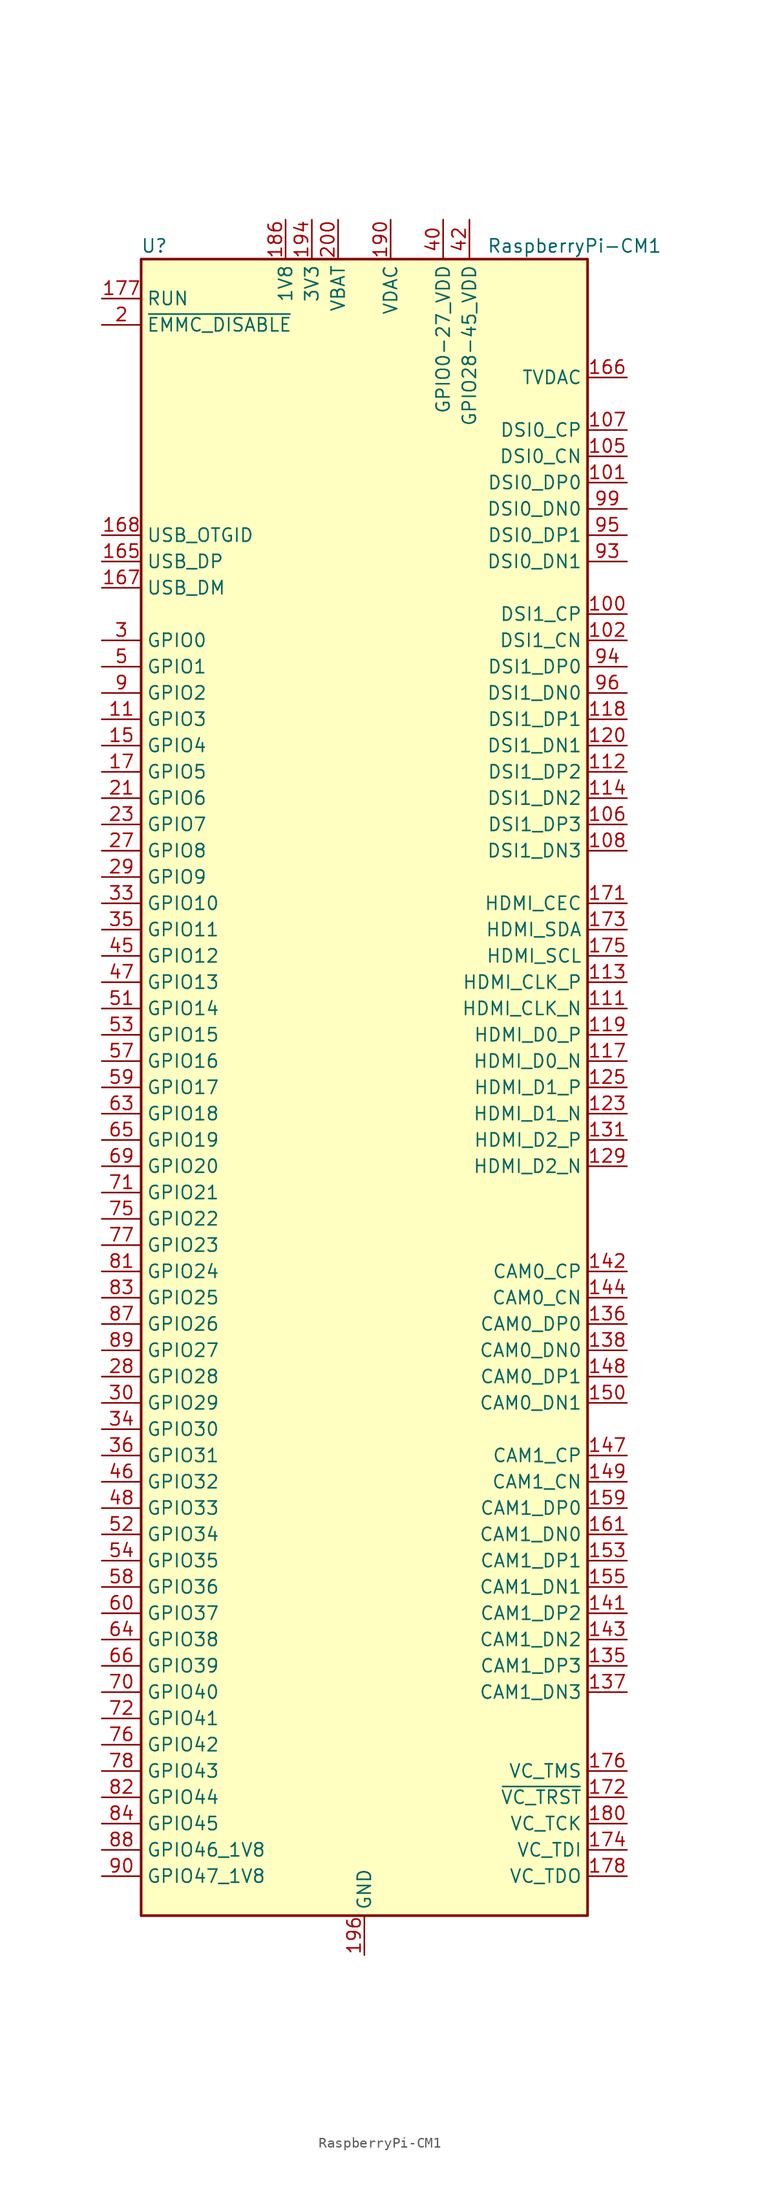
<source format=kicad_sym>
(kicad_symbol_lib
  (version 20211014)
  (generator kicad_symbol_editor)
  (symbol "RaspberryPi-CM1"
    (property "Reference" "U"
      (at -20.32 81.28 0)
      (effects (font (size 1.27 1.27))))
    (property "Value" "RaspberryPi-CM1"
      (at 20.32 81.28 0)
      (effects (font (size 1.27 1.27))))
    (symbol "RaspberryPi-CM1_0_1"
      (rectangle (start -21.59 80.01) (end 21.59 -80.01) (stroke (width 0.254) (type default) (color 0 0 0 0)) (fill (type background))))
    (symbol "RaspberryPi-CM1_1_1"
      (pin passive line (at 0 -83.82 90) (length 3.81) hide (name "GND" (effects (font (size 1.27 1.27)))) (number "1" (effects (font (size 1.27 1.27)))))
      (pin no_connect line (at -20.32 71.12 0) (length 2.54) hide (name "NC" (effects (font (size 1.27 1.27)))) (number "10" (effects (font (size 1.27 1.27)))))
      (pin output line (at 25.4 45.72 180) (length 3.81) (name "DSI1_CP" (effects (font (size 1.27 1.27)))) (number "100" (effects (font (size 1.27 1.27)))))
      (pin output line (at 25.4 58.42 180) (length 3.81) (name "DSI0_DP0" (effects (font (size 1.27 1.27)))) (number "101" (effects (font (size 1.27 1.27)))))
      (pin output line (at 25.4 43.18 180) (length 3.81) (name "DSI1_CN" (effects (font (size 1.27 1.27)))) (number "102" (effects (font (size 1.27 1.27)))))
      (pin passive line (at 0 -83.82 90) (length 3.81) hide (name "GND" (effects (font (size 1.27 1.27)))) (number "103" (effects (font (size 1.27 1.27)))))
      (pin passive line (at 0 -83.82 90) (length 3.81) hide (name "GND" (effects (font (size 1.27 1.27)))) (number "104" (effects (font (size 1.27 1.27)))))
      (pin output line (at 25.4 60.96 180) (length 3.81) (name "DSI0_CN" (effects (font (size 1.27 1.27)))) (number "105" (effects (font (size 1.27 1.27)))))
      (pin output line (at 25.4 25.4 180) (length 3.81) (name "DSI1_DP3" (effects (font (size 1.27 1.27)))) (number "106" (effects (font (size 1.27 1.27)))))
      (pin output line (at 25.4 63.5 180) (length 3.81) (name "DSI0_CP" (effects (font (size 1.27 1.27)))) (number "107" (effects (font (size 1.27 1.27)))))
      (pin output line (at 25.4 22.86 180) (length 3.81) (name "DSI1_DN3" (effects (font (size 1.27 1.27)))) (number "108" (effects (font (size 1.27 1.27)))))
      (pin passive line (at 0 -83.82 90) (length 3.81) hide (name "GND" (effects (font (size 1.27 1.27)))) (number "109" (effects (font (size 1.27 1.27)))))
      (pin bidirectional line (at -25.4 35.56 0) (length 3.81) (name "GPIO3" (effects (font (size 1.27 1.27)))) (number "11" (effects (font (size 1.27 1.27)))))
      (pin passive line (at 0 -83.82 90) (length 3.81) hide (name "GND" (effects (font (size 1.27 1.27)))) (number "110" (effects (font (size 1.27 1.27)))))
      (pin output line (at 25.4 7.62 180) (length 3.81) (name "HDMI_CLK_N" (effects (font (size 1.27 1.27)))) (number "111" (effects (font (size 1.27 1.27)))))
      (pin output line (at 25.4 30.48 180) (length 3.81) (name "DSI1_DP2" (effects (font (size 1.27 1.27)))) (number "112" (effects (font (size 1.27 1.27)))))
      (pin output line (at 25.4 10.16 180) (length 3.81) (name "HDMI_CLK_P" (effects (font (size 1.27 1.27)))) (number "113" (effects (font (size 1.27 1.27)))))
      (pin output line (at 25.4 27.94 180) (length 3.81) (name "DSI1_DN2" (effects (font (size 1.27 1.27)))) (number "114" (effects (font (size 1.27 1.27)))))
      (pin passive line (at 0 -83.82 90) (length 3.81) hide (name "GND" (effects (font (size 1.27 1.27)))) (number "115" (effects (font (size 1.27 1.27)))))
      (pin passive line (at 0 -83.82 90) (length 3.81) hide (name "GND" (effects (font (size 1.27 1.27)))) (number "116" (effects (font (size 1.27 1.27)))))
      (pin output line (at 25.4 2.54 180) (length 3.81) (name "HDMI_D0_N" (effects (font (size 1.27 1.27)))) (number "117" (effects (font (size 1.27 1.27)))))
      (pin output line (at 25.4 35.56 180) (length 3.81) (name "DSI1_DP1" (effects (font (size 1.27 1.27)))) (number "118" (effects (font (size 1.27 1.27)))))
      (pin output line (at 25.4 5.08 180) (length 3.81) (name "HDMI_D0_P" (effects (font (size 1.27 1.27)))) (number "119" (effects (font (size 1.27 1.27)))))
      (pin no_connect line (at -20.32 68.58 0) (length 2.54) hide (name "NC" (effects (font (size 1.27 1.27)))) (number "12" (effects (font (size 1.27 1.27)))))
      (pin output line (at 25.4 33.02 180) (length 3.81) (name "DSI1_DN1" (effects (font (size 1.27 1.27)))) (number "120" (effects (font (size 1.27 1.27)))))
      (pin passive line (at 0 -83.82 90) (length 3.81) hide (name "GND" (effects (font (size 1.27 1.27)))) (number "121" (effects (font (size 1.27 1.27)))))
      (pin passive line (at 0 -83.82 90) (length 3.81) hide (name "GND" (effects (font (size 1.27 1.27)))) (number "122" (effects (font (size 1.27 1.27)))))
      (pin output line (at 25.4 -2.54 180) (length 3.81) (name "HDMI_D1_N" (effects (font (size 1.27 1.27)))) (number "123" (effects (font (size 1.27 1.27)))))
      (pin no_connect line (at 20.32 76.2 180) (length 2.54) hide (name "NC" (effects (font (size 1.27 1.27)))) (number "124" (effects (font (size 1.27 1.27)))))
      (pin output line (at 25.4 0 180) (length 3.81) (name "HDMI_D1_P" (effects (font (size 1.27 1.27)))) (number "125" (effects (font (size 1.27 1.27)))))
      (pin no_connect line (at 20.32 73.66 180) (length 2.54) hide (name "NC" (effects (font (size 1.27 1.27)))) (number "126" (effects (font (size 1.27 1.27)))))
      (pin passive line (at 0 -83.82 90) (length 3.81) hide (name "GND" (effects (font (size 1.27 1.27)))) (number "127" (effects (font (size 1.27 1.27)))))
      (pin no_connect line (at 20.32 71.12 180) (length 2.54) hide (name "NC" (effects (font (size 1.27 1.27)))) (number "128" (effects (font (size 1.27 1.27)))))
      (pin output line (at 25.4 -7.62 180) (length 3.81) (name "HDMI_D2_N" (effects (font (size 1.27 1.27)))) (number "129" (effects (font (size 1.27 1.27)))))
      (pin passive line (at 0 -83.82 90) (length 3.81) hide (name "GND" (effects (font (size 1.27 1.27)))) (number "13" (effects (font (size 1.27 1.27)))))
      (pin no_connect line (at 20.32 66.04 180) (length 2.54) hide (name "NC" (effects (font (size 1.27 1.27)))) (number "130" (effects (font (size 1.27 1.27)))))
      (pin output line (at 25.4 -5.08 180) (length 3.81) (name "HDMI_D2_P" (effects (font (size 1.27 1.27)))) (number "131" (effects (font (size 1.27 1.27)))))
      (pin no_connect line (at 20.32 48.26 180) (length 2.54) hide (name "NC" (effects (font (size 1.27 1.27)))) (number "132" (effects (font (size 1.27 1.27)))))
      (pin passive line (at 0 -83.82 90) (length 3.81) hide (name "GND" (effects (font (size 1.27 1.27)))) (number "133" (effects (font (size 1.27 1.27)))))
      (pin passive line (at 0 -83.82 90) (length 3.81) hide (name "GND" (effects (font (size 1.27 1.27)))) (number "134" (effects (font (size 1.27 1.27)))))
      (pin input line (at 25.4 -55.88 180) (length 3.81) (name "CAM1_DP3" (effects (font (size 1.27 1.27)))) (number "135" (effects (font (size 1.27 1.27)))))
      (pin input line (at 25.4 -22.86 180) (length 3.81) (name "CAM0_DP0" (effects (font (size 1.27 1.27)))) (number "136" (effects (font (size 1.27 1.27)))))
      (pin input line (at 25.4 -58.42 180) (length 3.81) (name "CAM1_DN3" (effects (font (size 1.27 1.27)))) (number "137" (effects (font (size 1.27 1.27)))))
      (pin input line (at 25.4 -25.4 180) (length 3.81) (name "CAM0_DN0" (effects (font (size 1.27 1.27)))) (number "138" (effects (font (size 1.27 1.27)))))
      (pin passive line (at 0 -83.82 90) (length 3.81) hide (name "GND" (effects (font (size 1.27 1.27)))) (number "139" (effects (font (size 1.27 1.27)))))
      (pin no_connect line (at 5.08 -78.74 90) (length 2.54) hide (name "NC" (effects (font (size 1.27 1.27)))) (number "14" (effects (font (size 1.27 1.27)))))
      (pin passive line (at 0 -83.82 90) (length 3.81) hide (name "GND" (effects (font (size 1.27 1.27)))) (number "140" (effects (font (size 1.27 1.27)))))
      (pin input line (at 25.4 -50.8 180) (length 3.81) (name "CAM1_DP2" (effects (font (size 1.27 1.27)))) (number "141" (effects (font (size 1.27 1.27)))))
      (pin input line (at 25.4 -17.78 180) (length 3.81) (name "CAM0_CP" (effects (font (size 1.27 1.27)))) (number "142" (effects (font (size 1.27 1.27)))))
      (pin input line (at 25.4 -53.34 180) (length 3.81) (name "CAM1_DN2" (effects (font (size 1.27 1.27)))) (number "143" (effects (font (size 1.27 1.27)))))
      (pin input line (at 25.4 -20.32 180) (length 3.81) (name "CAM0_CN" (effects (font (size 1.27 1.27)))) (number "144" (effects (font (size 1.27 1.27)))))
      (pin passive line (at 0 -83.82 90) (length 3.81) hide (name "GND" (effects (font (size 1.27 1.27)))) (number "145" (effects (font (size 1.27 1.27)))))
      (pin passive line (at 0 -83.82 90) (length 3.81) hide (name "GND" (effects (font (size 1.27 1.27)))) (number "146" (effects (font (size 1.27 1.27)))))
      (pin input line (at 25.4 -35.56 180) (length 3.81) (name "CAM1_CP" (effects (font (size 1.27 1.27)))) (number "147" (effects (font (size 1.27 1.27)))))
      (pin input line (at 25.4 -27.94 180) (length 3.81) (name "CAM0_DP1" (effects (font (size 1.27 1.27)))) (number "148" (effects (font (size 1.27 1.27)))))
      (pin input line (at 25.4 -38.1 180) (length 3.81) (name "CAM1_CN" (effects (font (size 1.27 1.27)))) (number "149" (effects (font (size 1.27 1.27)))))
      (pin bidirectional line (at -25.4 33.02 0) (length 3.81) (name "GPIO4" (effects (font (size 1.27 1.27)))) (number "15" (effects (font (size 1.27 1.27)))))
      (pin input line (at 25.4 -30.48 180) (length 3.81) (name "CAM0_DN1" (effects (font (size 1.27 1.27)))) (number "150" (effects (font (size 1.27 1.27)))))
      (pin passive line (at 0 -83.82 90) (length 3.81) hide (name "GND" (effects (font (size 1.27 1.27)))) (number "151" (effects (font (size 1.27 1.27)))))
      (pin passive line (at 0 -83.82 90) (length 3.81) hide (name "GND" (effects (font (size 1.27 1.27)))) (number "152" (effects (font (size 1.27 1.27)))))
      (pin input line (at 25.4 -45.72 180) (length 3.81) (name "CAM1_DP1" (effects (font (size 1.27 1.27)))) (number "153" (effects (font (size 1.27 1.27)))))
      (pin no_connect line (at 20.32 -15.24 180) (length 2.54) hide (name "NC" (effects (font (size 1.27 1.27)))) (number "154" (effects (font (size 1.27 1.27)))))
      (pin input line (at 25.4 -48.26 180) (length 3.81) (name "CAM1_DN1" (effects (font (size 1.27 1.27)))) (number "155" (effects (font (size 1.27 1.27)))))
      (pin no_connect line (at 20.32 -12.7 180) (length 2.54) hide (name "NC" (effects (font (size 1.27 1.27)))) (number "156" (effects (font (size 1.27 1.27)))))
      (pin passive line (at 0 -83.82 90) (length 3.81) hide (name "GND" (effects (font (size 1.27 1.27)))) (number "157" (effects (font (size 1.27 1.27)))))
      (pin no_connect line (at 20.32 20.32 180) (length 2.54) hide (name "NC" (effects (font (size 1.27 1.27)))) (number "158" (effects (font (size 1.27 1.27)))))
      (pin input line (at 25.4 -40.64 180) (length 3.81) (name "CAM1_DP0" (effects (font (size 1.27 1.27)))) (number "159" (effects (font (size 1.27 1.27)))))
      (pin no_connect line (at -20.32 66.04 0) (length 2.54) hide (name "NC" (effects (font (size 1.27 1.27)))) (number "16" (effects (font (size 1.27 1.27)))))
      (pin no_connect line (at 20.32 -60.96 180) (length 2.54) hide (name "NC" (effects (font (size 1.27 1.27)))) (number "160" (effects (font (size 1.27 1.27)))))
      (pin input line (at 25.4 -43.18 180) (length 3.81) (name "CAM1_DN0" (effects (font (size 1.27 1.27)))) (number "161" (effects (font (size 1.27 1.27)))))
      (pin no_connect line (at 20.32 -63.5 180) (length 2.54) hide (name "NC" (effects (font (size 1.27 1.27)))) (number "162" (effects (font (size 1.27 1.27)))))
      (pin passive line (at 0 -83.82 90) (length 3.81) hide (name "GND" (effects (font (size 1.27 1.27)))) (number "163" (effects (font (size 1.27 1.27)))))
      (pin passive line (at 0 -83.82 90) (length 3.81) hide (name "GND" (effects (font (size 1.27 1.27)))) (number "164" (effects (font (size 1.27 1.27)))))
      (pin bidirectional line (at -25.4 50.8 0) (length 3.81) (name "USB_DP" (effects (font (size 1.27 1.27)))) (number "165" (effects (font (size 1.27 1.27)))))
      (pin output line (at 25.4 68.58 180) (length 3.81) (name "TVDAC" (effects (font (size 1.27 1.27)))) (number "166" (effects (font (size 1.27 1.27)))))
      (pin bidirectional line (at -25.4 48.26 0) (length 3.81) (name "USB_DM" (effects (font (size 1.27 1.27)))) (number "167" (effects (font (size 1.27 1.27)))))
      (pin passive line (at -25.4 53.34 0) (length 3.81) (name "USB_OTGID" (effects (font (size 1.27 1.27)))) (number "168" (effects (font (size 1.27 1.27)))))
      (pin passive line (at 0 -83.82 90) (length 3.81) hide (name "GND" (effects (font (size 1.27 1.27)))) (number "169" (effects (font (size 1.27 1.27)))))
      (pin bidirectional line (at -25.4 30.48 0) (length 3.81) (name "GPIO5" (effects (font (size 1.27 1.27)))) (number "17" (effects (font (size 1.27 1.27)))))
      (pin passive line (at 0 -83.82 90) (length 3.81) hide (name "GND" (effects (font (size 1.27 1.27)))) (number "170" (effects (font (size 1.27 1.27)))))
      (pin bidirectional line (at 25.4 17.78 180) (length 3.81) (name "HDMI_CEC" (effects (font (size 1.27 1.27)))) (number "171" (effects (font (size 1.27 1.27)))))
      (pin input line (at 25.4 -68.58 180) (length 3.81) (name "~{VC_TRST}" (effects (font (size 1.27 1.27)))) (number "172" (effects (font (size 1.27 1.27)))))
      (pin bidirectional line (at 25.4 15.24 180) (length 3.81) (name "HDMI_SDA" (effects (font (size 1.27 1.27)))) (number "173" (effects (font (size 1.27 1.27)))))
      (pin input line (at 25.4 -73.66 180) (length 3.81) (name "VC_TDI" (effects (font (size 1.27 1.27)))) (number "174" (effects (font (size 1.27 1.27)))))
      (pin bidirectional line (at 25.4 12.7 180) (length 3.81) (name "HDMI_SCL" (effects (font (size 1.27 1.27)))) (number "175" (effects (font (size 1.27 1.27)))))
      (pin input line (at 25.4 -66.04 180) (length 3.81) (name "VC_TMS" (effects (font (size 1.27 1.27)))) (number "176" (effects (font (size 1.27 1.27)))))
      (pin input line (at -25.4 76.2 0) (length 3.81) (name "RUN" (effects (font (size 1.27 1.27)))) (number "177" (effects (font (size 1.27 1.27)))))
      (pin output line (at 25.4 -76.2 180) (length 3.81) (name "VC_TDO" (effects (font (size 1.27 1.27)))) (number "178" (effects (font (size 1.27 1.27)))))
      (pin no_connect line (at 0 78.74 270) (length 2.54) hide (name "VDD_CORE_(DO_NOT_CONNECT)" (effects (font (size 1.27 1.27)))) (number "179" (effects (font (size 1.27 1.27)))))
      (pin no_connect line (at -20.32 63.5 0) (length 2.54) hide (name "NC" (effects (font (size 1.27 1.27)))) (number "18" (effects (font (size 1.27 1.27)))))
      (pin input line (at 25.4 -71.12 180) (length 3.81) (name "VC_TCK" (effects (font (size 1.27 1.27)))) (number "180" (effects (font (size 1.27 1.27)))))
      (pin passive line (at 0 -83.82 90) (length 3.81) hide (name "GND" (effects (font (size 1.27 1.27)))) (number "181" (effects (font (size 1.27 1.27)))))
      (pin passive line (at 0 -83.82 90) (length 3.81) hide (name "GND" (effects (font (size 1.27 1.27)))) (number "182" (effects (font (size 1.27 1.27)))))
      (pin passive line (at -7.62 83.82 270) (length 3.81) hide (name "1V8" (effects (font (size 1.27 1.27)))) (number "183" (effects (font (size 1.27 1.27)))))
      (pin passive line (at -7.62 83.82 270) (length 3.81) hide (name "1V8" (effects (font (size 1.27 1.27)))) (number "184" (effects (font (size 1.27 1.27)))))
      (pin passive line (at -7.62 83.82 270) (length 3.81) hide (name "1V8" (effects (font (size 1.27 1.27)))) (number "185" (effects (font (size 1.27 1.27)))))
      (pin power_in line (at -7.62 83.82 270) (length 3.81) (name "1V8" (effects (font (size 1.27 1.27)))) (number "186" (effects (font (size 1.27 1.27)))))
      (pin passive line (at 0 -83.82 90) (length 3.81) hide (name "GND" (effects (font (size 1.27 1.27)))) (number "187" (effects (font (size 1.27 1.27)))))
      (pin passive line (at 0 -83.82 90) (length 3.81) hide (name "GND" (effects (font (size 1.27 1.27)))) (number "188" (effects (font (size 1.27 1.27)))))
      (pin passive line (at 2.54 83.82 270) (length 3.81) hide (name "VDAC" (effects (font (size 1.27 1.27)))) (number "189" (effects (font (size 1.27 1.27)))))
      (pin passive line (at 0 -83.82 90) (length 3.81) hide (name "GND" (effects (font (size 1.27 1.27)))) (number "19" (effects (font (size 1.27 1.27)))))
      (pin power_in line (at 2.54 83.82 270) (length 3.81) (name "VDAC" (effects (font (size 1.27 1.27)))) (number "190" (effects (font (size 1.27 1.27)))))
      (pin passive line (at -5.08 83.82 270) (length 3.81) hide (name "3V3" (effects (font (size 1.27 1.27)))) (number "191" (effects (font (size 1.27 1.27)))))
      (pin passive line (at -5.08 83.82 270) (length 3.81) hide (name "3V3" (effects (font (size 1.27 1.27)))) (number "192" (effects (font (size 1.27 1.27)))))
      (pin passive line (at -5.08 83.82 270) (length 3.81) hide (name "3V3" (effects (font (size 1.27 1.27)))) (number "193" (effects (font (size 1.27 1.27)))))
      (pin power_in line (at -5.08 83.82 270) (length 3.81) (name "3V3" (effects (font (size 1.27 1.27)))) (number "194" (effects (font (size 1.27 1.27)))))
      (pin passive line (at 0 -83.82 90) (length 3.81) hide (name "GND" (effects (font (size 1.27 1.27)))) (number "195" (effects (font (size 1.27 1.27)))))
      (pin power_out line (at 0 -83.82 90) (length 3.81) (name "GND" (effects (font (size 1.27 1.27)))) (number "196" (effects (font (size 1.27 1.27)))))
      (pin passive line (at -2.54 83.82 270) (length 3.81) hide (name "VBAT" (effects (font (size 1.27 1.27)))) (number "197" (effects (font (size 1.27 1.27)))))
      (pin passive line (at -2.54 83.82 270) (length 3.81) hide (name "VBAT" (effects (font (size 1.27 1.27)))) (number "198" (effects (font (size 1.27 1.27)))))
      (pin passive line (at -2.54 83.82 270) (length 3.81) hide (name "VBAT" (effects (font (size 1.27 1.27)))) (number "199" (effects (font (size 1.27 1.27)))))
      (pin input line (at -25.4 73.66 0) (length 3.81) (name "~{EMMC_DISABLE}" (effects (font (size 1.27 1.27)))) (number "2" (effects (font (size 1.27 1.27)))))
      (pin no_connect line (at 7.62 -78.74 90) (length 2.54) hide (name "NC" (effects (font (size 1.27 1.27)))) (number "20" (effects (font (size 1.27 1.27)))))
      (pin power_in line (at -2.54 83.82 270) (length 3.81) (name "VBAT" (effects (font (size 1.27 1.27)))) (number "200" (effects (font (size 1.27 1.27)))))
      (pin bidirectional line (at -25.4 27.94 0) (length 3.81) (name "GPIO6" (effects (font (size 1.27 1.27)))) (number "21" (effects (font (size 1.27 1.27)))))
      (pin no_connect line (at -20.32 60.96 0) (length 2.54) hide (name "NC" (effects (font (size 1.27 1.27)))) (number "22" (effects (font (size 1.27 1.27)))))
      (pin bidirectional line (at -25.4 25.4 0) (length 3.81) (name "GPIO7" (effects (font (size 1.27 1.27)))) (number "23" (effects (font (size 1.27 1.27)))))
      (pin no_connect line (at -20.32 58.42 0) (length 2.54) hide (name "NC" (effects (font (size 1.27 1.27)))) (number "24" (effects (font (size 1.27 1.27)))))
      (pin passive line (at 0 -83.82 90) (length 3.81) hide (name "GND" (effects (font (size 1.27 1.27)))) (number "25" (effects (font (size 1.27 1.27)))))
      (pin passive line (at 0 -83.82 90) (length 3.81) hide (name "GND" (effects (font (size 1.27 1.27)))) (number "26" (effects (font (size 1.27 1.27)))))
      (pin bidirectional line (at -25.4 22.86 0) (length 3.81) (name "GPIO8" (effects (font (size 1.27 1.27)))) (number "27" (effects (font (size 1.27 1.27)))))
      (pin bidirectional line (at -25.4 -27.94 0) (length 3.81) (name "GPIO28" (effects (font (size 1.27 1.27)))) (number "28" (effects (font (size 1.27 1.27)))))
      (pin bidirectional line (at -25.4 20.32 0) (length 3.81) (name "GPIO9" (effects (font (size 1.27 1.27)))) (number "29" (effects (font (size 1.27 1.27)))))
      (pin bidirectional line (at -25.4 43.18 0) (length 3.81) (name "GPIO0" (effects (font (size 1.27 1.27)))) (number "3" (effects (font (size 1.27 1.27)))))
      (pin bidirectional line (at -25.4 -30.48 0) (length 3.81) (name "GPIO29" (effects (font (size 1.27 1.27)))) (number "30" (effects (font (size 1.27 1.27)))))
      (pin passive line (at 0 -83.82 90) (length 3.81) hide (name "GND" (effects (font (size 1.27 1.27)))) (number "31" (effects (font (size 1.27 1.27)))))
      (pin passive line (at 0 -83.82 90) (length 3.81) hide (name "GND" (effects (font (size 1.27 1.27)))) (number "32" (effects (font (size 1.27 1.27)))))
      (pin bidirectional line (at -25.4 17.78 0) (length 3.81) (name "GPIO10" (effects (font (size 1.27 1.27)))) (number "33" (effects (font (size 1.27 1.27)))))
      (pin bidirectional line (at -25.4 -33.02 0) (length 3.81) (name "GPIO30" (effects (font (size 1.27 1.27)))) (number "34" (effects (font (size 1.27 1.27)))))
      (pin bidirectional line (at -25.4 15.24 0) (length 3.81) (name "GPIO11" (effects (font (size 1.27 1.27)))) (number "35" (effects (font (size 1.27 1.27)))))
      (pin bidirectional line (at -25.4 -35.56 0) (length 3.81) (name "GPIO31" (effects (font (size 1.27 1.27)))) (number "36" (effects (font (size 1.27 1.27)))))
      (pin passive line (at 0 -83.82 90) (length 3.81) hide (name "GND" (effects (font (size 1.27 1.27)))) (number "37" (effects (font (size 1.27 1.27)))))
      (pin passive line (at 0 -83.82 90) (length 3.81) hide (name "GND" (effects (font (size 1.27 1.27)))) (number "38" (effects (font (size 1.27 1.27)))))
      (pin passive line (at 7.62 83.82 270) (length 3.81) hide (name "GPIO0-27_VDD" (effects (font (size 1.27 1.27)))) (number "39" (effects (font (size 1.27 1.27)))))
      (pin no_connect line (at 5.08 78.74 270) (length 2.54) hide (name "NC" (effects (font (size 1.27 1.27)))) (number "4" (effects (font (size 1.27 1.27)))))
      (pin power_in line (at 7.62 83.82 270) (length 3.81) (name "GPIO0-27_VDD" (effects (font (size 1.27 1.27)))) (number "40" (effects (font (size 1.27 1.27)))))
      (pin passive line (at 10.16 83.82 270) (length 3.81) hide (name "GPIO28-45_VDD" (effects (font (size 1.27 1.27)))) (number "41" (effects (font (size 1.27 1.27)))))
      (pin power_in line (at 10.16 83.82 270) (length 3.81) (name "GPIO28-45_VDD" (effects (font (size 1.27 1.27)))) (number "42" (effects (font (size 1.27 1.27)))))
      (pin passive line (at 0 -83.82 90) (length 3.81) hide (name "GND" (effects (font (size 1.27 1.27)))) (number "43" (effects (font (size 1.27 1.27)))))
      (pin passive line (at 0 -83.82 90) (length 3.81) hide (name "GND" (effects (font (size 1.27 1.27)))) (number "44" (effects (font (size 1.27 1.27)))))
      (pin bidirectional line (at -25.4 12.7 0) (length 3.81) (name "GPIO12" (effects (font (size 1.27 1.27)))) (number "45" (effects (font (size 1.27 1.27)))))
      (pin bidirectional line (at -25.4 -38.1 0) (length 3.81) (name "GPIO32" (effects (font (size 1.27 1.27)))) (number "46" (effects (font (size 1.27 1.27)))))
      (pin bidirectional line (at -25.4 10.16 0) (length 3.81) (name "GPIO13" (effects (font (size 1.27 1.27)))) (number "47" (effects (font (size 1.27 1.27)))))
      (pin bidirectional line (at -25.4 -40.64 0) (length 3.81) (name "GPIO33" (effects (font (size 1.27 1.27)))) (number "48" (effects (font (size 1.27 1.27)))))
      (pin passive line (at 0 -83.82 90) (length 3.81) hide (name "GND" (effects (font (size 1.27 1.27)))) (number "49" (effects (font (size 1.27 1.27)))))
      (pin bidirectional line (at -25.4 40.64 0) (length 3.81) (name "GPIO1" (effects (font (size 1.27 1.27)))) (number "5" (effects (font (size 1.27 1.27)))))
      (pin passive line (at 0 -83.82 90) (length 3.81) hide (name "GND" (effects (font (size 1.27 1.27)))) (number "50" (effects (font (size 1.27 1.27)))))
      (pin bidirectional line (at -25.4 7.62 0) (length 3.81) (name "GPIO14" (effects (font (size 1.27 1.27)))) (number "51" (effects (font (size 1.27 1.27)))))
      (pin bidirectional line (at -25.4 -43.18 0) (length 3.81) (name "GPIO34" (effects (font (size 1.27 1.27)))) (number "52" (effects (font (size 1.27 1.27)))))
      (pin bidirectional line (at -25.4 5.08 0) (length 3.81) (name "GPIO15" (effects (font (size 1.27 1.27)))) (number "53" (effects (font (size 1.27 1.27)))))
      (pin bidirectional line (at -25.4 -45.72 0) (length 3.81) (name "GPIO35" (effects (font (size 1.27 1.27)))) (number "54" (effects (font (size 1.27 1.27)))))
      (pin passive line (at 0 -83.82 90) (length 3.81) hide (name "GND" (effects (font (size 1.27 1.27)))) (number "55" (effects (font (size 1.27 1.27)))))
      (pin passive line (at 0 -83.82 90) (length 3.81) hide (name "GND" (effects (font (size 1.27 1.27)))) (number "56" (effects (font (size 1.27 1.27)))))
      (pin bidirectional line (at -25.4 2.54 0) (length 3.81) (name "GPIO16" (effects (font (size 1.27 1.27)))) (number "57" (effects (font (size 1.27 1.27)))))
      (pin bidirectional line (at -25.4 -48.26 0) (length 3.81) (name "GPIO36" (effects (font (size 1.27 1.27)))) (number "58" (effects (font (size 1.27 1.27)))))
      (pin bidirectional line (at -25.4 0 0) (length 3.81) (name "GPIO17" (effects (font (size 1.27 1.27)))) (number "59" (effects (font (size 1.27 1.27)))))
      (pin no_connect line (at 12.7 78.74 270) (length 2.54) hide (name "NC" (effects (font (size 1.27 1.27)))) (number "6" (effects (font (size 1.27 1.27)))))
      (pin bidirectional line (at -25.4 -50.8 0) (length 3.81) (name "GPIO37" (effects (font (size 1.27 1.27)))) (number "60" (effects (font (size 1.27 1.27)))))
      (pin passive line (at 0 -83.82 90) (length 3.81) hide (name "GND" (effects (font (size 1.27 1.27)))) (number "61" (effects (font (size 1.27 1.27)))))
      (pin passive line (at 0 -83.82 90) (length 3.81) hide (name "GND" (effects (font (size 1.27 1.27)))) (number "62" (effects (font (size 1.27 1.27)))))
      (pin bidirectional line (at -25.4 -2.54 0) (length 3.81) (name "GPIO18" (effects (font (size 1.27 1.27)))) (number "63" (effects (font (size 1.27 1.27)))))
      (pin bidirectional line (at -25.4 -53.34 0) (length 3.81) (name "GPIO38" (effects (font (size 1.27 1.27)))) (number "64" (effects (font (size 1.27 1.27)))))
      (pin bidirectional line (at -25.4 -5.08 0) (length 3.81) (name "GPIO19" (effects (font (size 1.27 1.27)))) (number "65" (effects (font (size 1.27 1.27)))))
      (pin bidirectional line (at -25.4 -55.88 0) (length 3.81) (name "GPIO39" (effects (font (size 1.27 1.27)))) (number "66" (effects (font (size 1.27 1.27)))))
      (pin passive line (at 0 -83.82 90) (length 3.81) hide (name "GND" (effects (font (size 1.27 1.27)))) (number "67" (effects (font (size 1.27 1.27)))))
      (pin passive line (at 0 -83.82 90) (length 3.81) hide (name "GND" (effects (font (size 1.27 1.27)))) (number "68" (effects (font (size 1.27 1.27)))))
      (pin bidirectional line (at -25.4 -7.62 0) (length 3.81) (name "GPIO20" (effects (font (size 1.27 1.27)))) (number "69" (effects (font (size 1.27 1.27)))))
      (pin passive line (at 0 -83.82 90) (length 3.81) hide (name "GND" (effects (font (size 1.27 1.27)))) (number "7" (effects (font (size 1.27 1.27)))))
      (pin bidirectional line (at -25.4 -58.42 0) (length 3.81) (name "GPIO40" (effects (font (size 1.27 1.27)))) (number "70" (effects (font (size 1.27 1.27)))))
      (pin bidirectional line (at -25.4 -10.16 0) (length 3.81) (name "GPIO21" (effects (font (size 1.27 1.27)))) (number "71" (effects (font (size 1.27 1.27)))))
      (pin bidirectional line (at -25.4 -60.96 0) (length 3.81) (name "GPIO41" (effects (font (size 1.27 1.27)))) (number "72" (effects (font (size 1.27 1.27)))))
      (pin passive line (at 0 -83.82 90) (length 3.81) hide (name "GND" (effects (font (size 1.27 1.27)))) (number "73" (effects (font (size 1.27 1.27)))))
      (pin passive line (at 0 -83.82 90) (length 3.81) hide (name "GND" (effects (font (size 1.27 1.27)))) (number "74" (effects (font (size 1.27 1.27)))))
      (pin bidirectional line (at -25.4 -12.7 0) (length 3.81) (name "GPIO22" (effects (font (size 1.27 1.27)))) (number "75" (effects (font (size 1.27 1.27)))))
      (pin bidirectional line (at -25.4 -63.5 0) (length 3.81) (name "GPIO42" (effects (font (size 1.27 1.27)))) (number "76" (effects (font (size 1.27 1.27)))))
      (pin bidirectional line (at -25.4 -15.24 0) (length 3.81) (name "GPIO23" (effects (font (size 1.27 1.27)))) (number "77" (effects (font (size 1.27 1.27)))))
      (pin bidirectional line (at -25.4 -66.04 0) (length 3.81) (name "GPIO43" (effects (font (size 1.27 1.27)))) (number "78" (effects (font (size 1.27 1.27)))))
      (pin passive line (at 0 -83.82 90) (length 3.81) hide (name "GND" (effects (font (size 1.27 1.27)))) (number "79" (effects (font (size 1.27 1.27)))))
      (pin no_connect line (at 2.54 -78.74 90) (length 2.54) hide (name "NC" (effects (font (size 1.27 1.27)))) (number "8" (effects (font (size 1.27 1.27)))))
      (pin passive line (at 0 -83.82 90) (length 3.81) hide (name "GND" (effects (font (size 1.27 1.27)))) (number "80" (effects (font (size 1.27 1.27)))))
      (pin bidirectional line (at -25.4 -17.78 0) (length 3.81) (name "GPIO24" (effects (font (size 1.27 1.27)))) (number "81" (effects (font (size 1.27 1.27)))))
      (pin bidirectional line (at -25.4 -68.58 0) (length 3.81) (name "GPIO44" (effects (font (size 1.27 1.27)))) (number "82" (effects (font (size 1.27 1.27)))))
      (pin bidirectional line (at -25.4 -20.32 0) (length 3.81) (name "GPIO25" (effects (font (size 1.27 1.27)))) (number "83" (effects (font (size 1.27 1.27)))))
      (pin bidirectional line (at -25.4 -71.12 0) (length 3.81) (name "GPIO45" (effects (font (size 1.27 1.27)))) (number "84" (effects (font (size 1.27 1.27)))))
      (pin passive line (at 0 -83.82 90) (length 3.81) hide (name "GND" (effects (font (size 1.27 1.27)))) (number "85" (effects (font (size 1.27 1.27)))))
      (pin passive line (at 0 -83.82 90) (length 3.81) hide (name "GND" (effects (font (size 1.27 1.27)))) (number "86" (effects (font (size 1.27 1.27)))))
      (pin bidirectional line (at -25.4 -22.86 0) (length 3.81) (name "GPIO26" (effects (font (size 1.27 1.27)))) (number "87" (effects (font (size 1.27 1.27)))))
      (pin bidirectional line (at -25.4 -73.66 0) (length 3.81) (name "GPIO46_1V8" (effects (font (size 1.27 1.27)))) (number "88" (effects (font (size 1.27 1.27)))))
      (pin bidirectional line (at -25.4 -25.4 0) (length 3.81) (name "GPIO27" (effects (font (size 1.27 1.27)))) (number "89" (effects (font (size 1.27 1.27)))))
      (pin bidirectional line (at -25.4 38.1 0) (length 3.81) (name "GPIO2" (effects (font (size 1.27 1.27)))) (number "9" (effects (font (size 1.27 1.27)))))
      (pin bidirectional line (at -25.4 -76.2 0) (length 3.81) (name "GPIO47_1V8" (effects (font (size 1.27 1.27)))) (number "90" (effects (font (size 1.27 1.27)))))
      (pin passive line (at 0 -83.82 90) (length 3.81) hide (name "GND" (effects (font (size 1.27 1.27)))) (number "91" (effects (font (size 1.27 1.27)))))
      (pin passive line (at 0 -83.82 90) (length 3.81) hide (name "GND" (effects (font (size 1.27 1.27)))) (number "92" (effects (font (size 1.27 1.27)))))
      (pin output line (at 25.4 50.8 180) (length 3.81) (name "DSI0_DN1" (effects (font (size 1.27 1.27)))) (number "93" (effects (font (size 1.27 1.27)))))
      (pin output line (at 25.4 40.64 180) (length 3.81) (name "DSI1_DP0" (effects (font (size 1.27 1.27)))) (number "94" (effects (font (size 1.27 1.27)))))
      (pin output line (at 25.4 53.34 180) (length 3.81) (name "DSI0_DP1" (effects (font (size 1.27 1.27)))) (number "95" (effects (font (size 1.27 1.27)))))
      (pin output line (at 25.4 38.1 180) (length 3.81) (name "DSI1_DN0" (effects (font (size 1.27 1.27)))) (number "96" (effects (font (size 1.27 1.27)))))
      (pin passive line (at 0 -83.82 90) (length 3.81) hide (name "GND" (effects (font (size 1.27 1.27)))) (number "97" (effects (font (size 1.27 1.27)))))
      (pin passive line (at 0 -83.82 90) (length 3.81) hide (name "GND" (effects (font (size 1.27 1.27)))) (number "98" (effects (font (size 1.27 1.27)))))
      (pin output line (at 25.4 55.88 180) (length 3.81) (name "DSI0_DN0" (effects (font (size 1.27 1.27)))) (number "99" (effects (font (size 1.27 1.27))))))))
</source>
